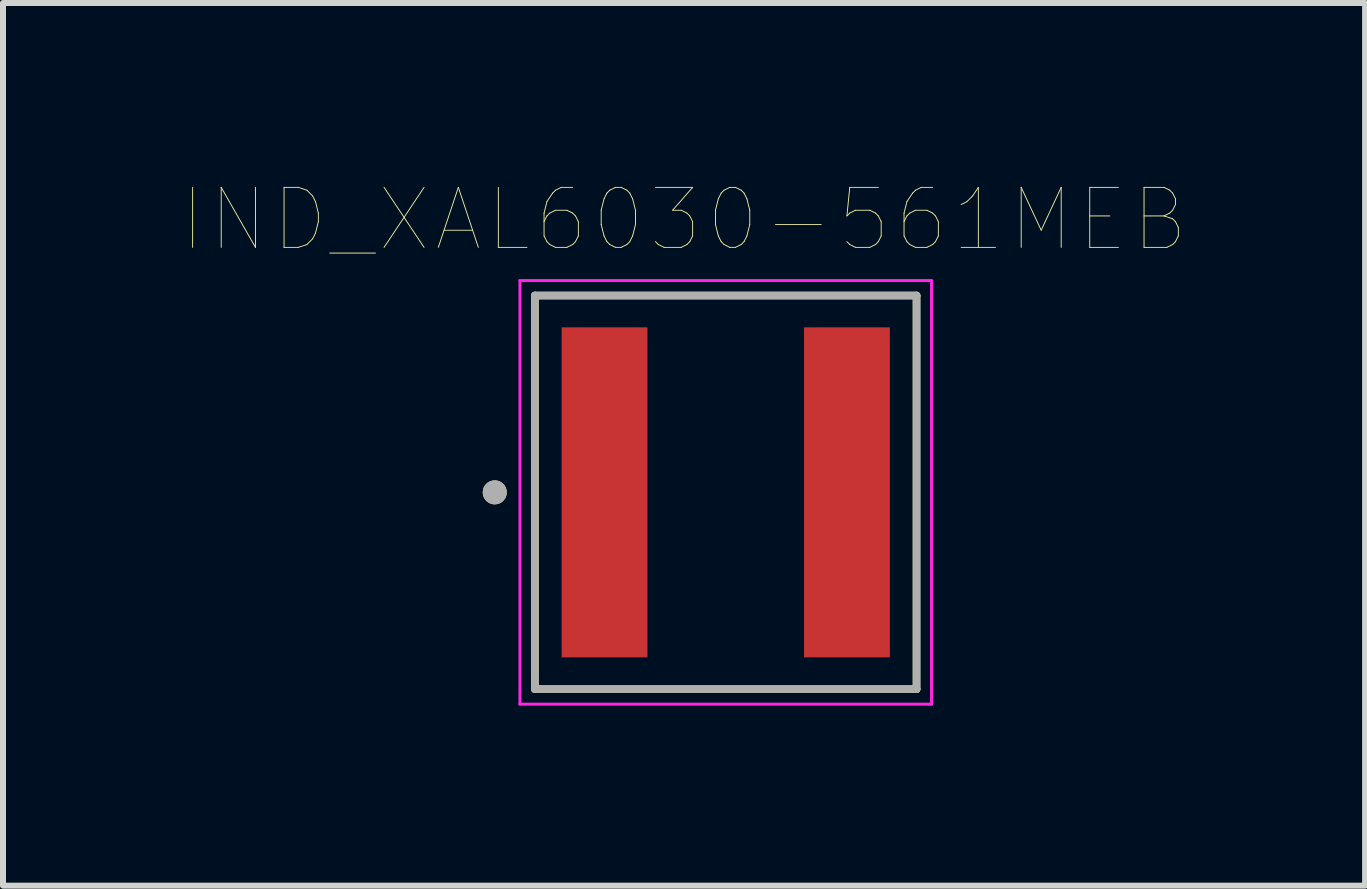
<source format=kicad_pcb>
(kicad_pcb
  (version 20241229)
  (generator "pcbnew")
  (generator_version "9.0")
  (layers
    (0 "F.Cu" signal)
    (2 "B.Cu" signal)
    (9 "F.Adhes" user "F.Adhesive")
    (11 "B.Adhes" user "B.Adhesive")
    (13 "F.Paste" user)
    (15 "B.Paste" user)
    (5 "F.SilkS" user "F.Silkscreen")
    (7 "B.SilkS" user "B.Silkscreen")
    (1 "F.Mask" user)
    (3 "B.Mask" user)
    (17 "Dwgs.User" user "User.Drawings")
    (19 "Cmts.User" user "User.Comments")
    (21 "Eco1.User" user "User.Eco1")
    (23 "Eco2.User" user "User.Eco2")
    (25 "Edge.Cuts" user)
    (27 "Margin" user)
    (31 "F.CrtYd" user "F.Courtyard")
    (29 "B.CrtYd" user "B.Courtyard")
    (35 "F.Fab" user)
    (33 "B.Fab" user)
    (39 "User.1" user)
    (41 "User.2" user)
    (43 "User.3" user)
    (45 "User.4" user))
  (footprint "IND_XAL6030-561MEB"
    (layer "F.Cu")
    (at 9.046 5.156)
    (property "Reference" "IND_XAL6030-561MEB" (at -0.695 -4.545 0) (layer "F.SilkS") (effects (font (size 1 1) (thickness 0.015))))
    (attr through_hole)
    (fp_line (start -3.18 -3.28) (end -3.18 3.28) (stroke (width 0.127) (type solid)) (layer "F.SilkS"))
    (fp_line (start -3.18 3.28) (end 3.18 3.28) (stroke (width 0.127) (type solid)) (layer "F.SilkS"))
    (fp_line (start 3.18 -3.28) (end -3.18 -3.28) (stroke (width 0.127) (type solid)) (layer "F.SilkS"))
    (fp_line (start 3.18 3.28) (end 3.18 -3.28) (stroke (width 0.127) (type solid)) (layer "F.SilkS"))
    (fp_circle (center -3.85 0) (end -3.75 0) (stroke (width 0.2) (type solid)) (fill no) (layer "F.SilkS"))
    (fp_line (start -3.43 -3.53) (end 3.43 -3.53) (stroke (width 0.05) (type solid)) (layer "F.CrtYd"))
    (fp_line (start -3.43 3.53) (end -3.43 -3.53) (stroke (width 0.05) (type solid)) (layer "F.CrtYd"))
    (fp_line (start 3.43 -3.53) (end 3.43 3.53) (stroke (width 0.05) (type solid)) (layer "F.CrtYd"))
    (fp_line (start 3.43 3.53) (end -3.43 3.53) (stroke (width 0.05) (type solid)) (layer "F.CrtYd"))
    (fp_line (start -3.18 -3.28) (end -3.18 3.28) (stroke (width 0.127) (type solid)) (layer "F.Fab"))
    (fp_line (start -3.18 3.28) (end 3.18 3.28) (stroke (width 0.127) (type solid)) (layer "F.Fab"))
    (fp_line (start 3.18 -3.28) (end -3.18 -3.28) (stroke (width 0.127) (type solid)) (layer "F.Fab"))
    (fp_line (start 3.18 3.28) (end 3.18 -3.28) (stroke (width 0.127) (type solid)) (layer "F.Fab"))
    (fp_circle (center -3.85 0) (end -3.75 0) (stroke (width 0.2) (type solid)) (fill no) (layer "F.Fab"))
    (pad "1" smd rect (at -2.02 0) (size 1.43 5.5) (layers "F.Cu" "F.Mask" "F.Paste"))
    (pad "2" smd rect (at 2.02 0) (size 1.43 5.5) (layers "F.Cu" "F.Mask" "F.Paste")))
  (gr_rect
    (start -3 -3)
    (end 19.702 11.711)
    (stroke (width 0.1) (type default))
    (fill no)
    (layer "Edge.Cuts")))
</source>
